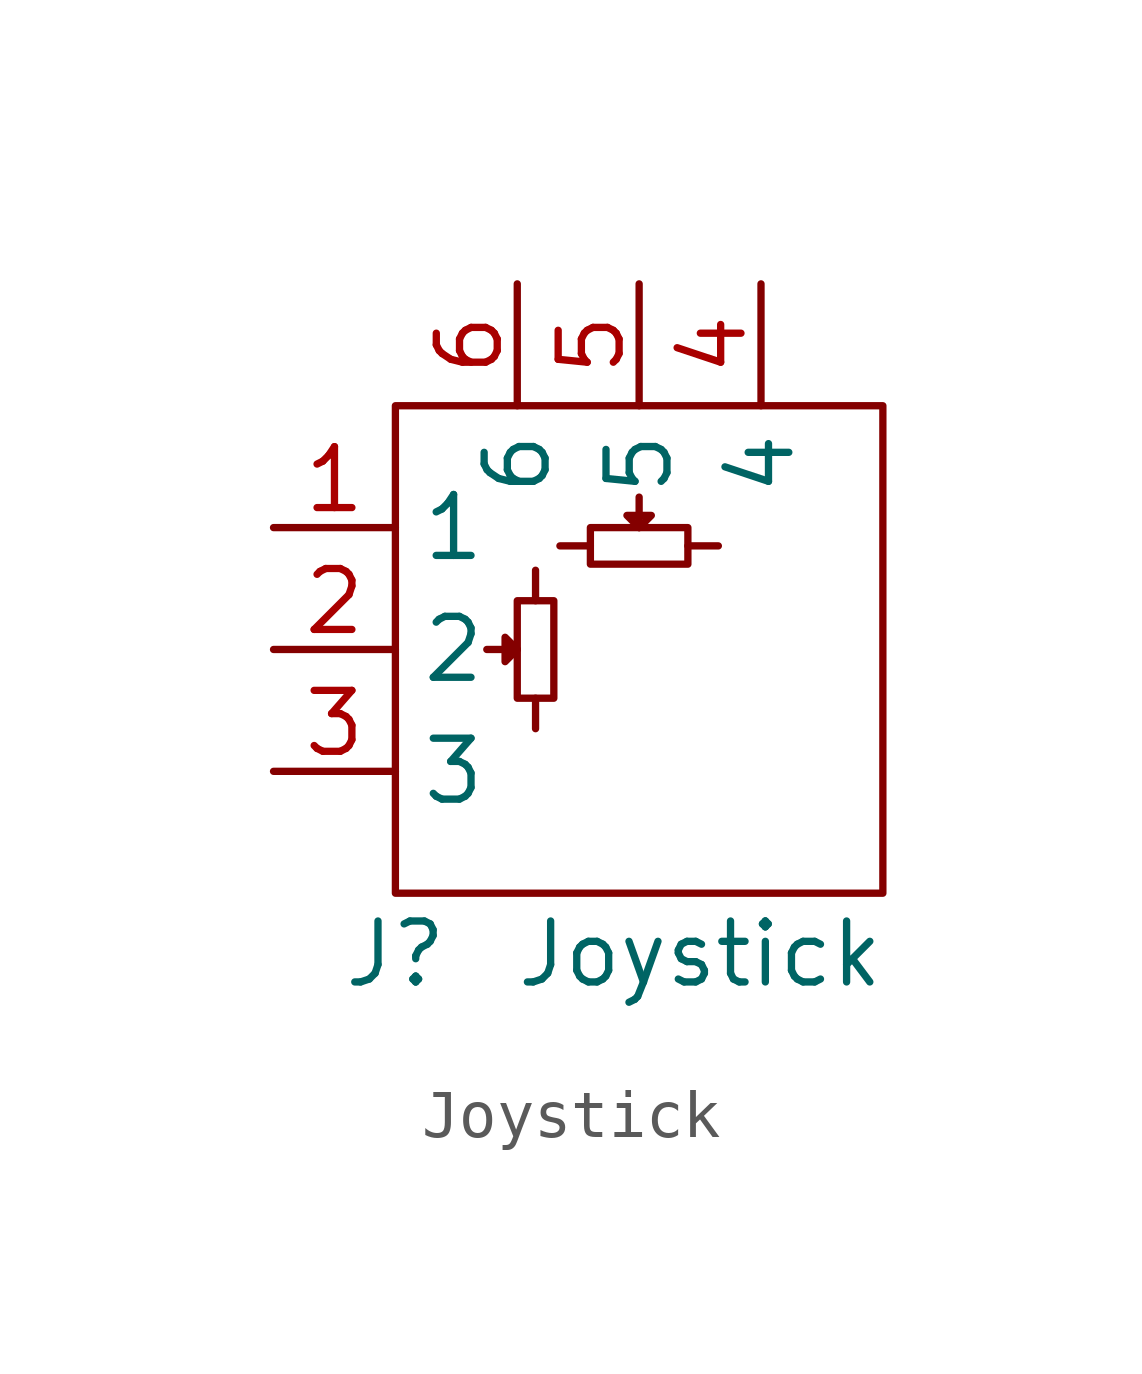
<source format=kicad_sym>
(kicad_symbol_lib
  (version 20220914)
  (generator kicad_symbol_editor)
  (symbol "Joystick"
    (property "Reference" "J"
      (at 0 -11.43 0)
      (effects (font (size 1.27 1.27))))
    (property "Value" "Joystick"
      (at 6.35 -11.43 0)
      (effects (font (size 1.27 1.27))))
    (symbol "Joystick_0_1"
      (polyline (pts (xy 2.54 -5.08) (xy 1.905 -5.08)) (stroke (width 0) (type default)) (fill (type none)))
      (polyline (pts (xy 2.921 -6.096) (xy 2.921 -6.731)) (stroke (width 0) (type default)) (fill (type none)))
      (polyline (pts (xy 2.921 -4.064) (xy 2.921 -3.429)) (stroke (width 0) (type default)) (fill (type none)))
      (polyline (pts (xy 4.064 -2.921) (xy 3.429 -2.921)) (stroke (width 0) (type default)) (fill (type none)))
      (polyline (pts (xy 5.08 -2.54) (xy 5.08 -1.905)) (stroke (width 0) (type default)) (fill (type none)))
      (polyline (pts (xy 6.096 -2.921) (xy 6.731 -2.921)) (stroke (width 0) (type default)) (fill (type none)))
      (polyline (pts (xy 2.54 -5.08) (xy 2.286 -5.334) (xy 2.286 -4.826) (xy 2.54 -5.08)) (stroke (width 0) (type default)) (fill (type none)))
      (polyline (pts (xy 5.08 -2.54) (xy 4.826 -2.286) (xy 5.334 -2.286) (xy 5.08 -2.54)) (stroke (width 0) (type default)) (fill (type none)))
      (rectangle (start 0 0) (end 10.16 -10.16) (stroke (width 0) (type default)) (fill (type none)))
      (rectangle (start 2.54 -6.096) (end 3.302 -4.064) (stroke (width 0) (type default)) (fill (type none)))
      (rectangle (start 4.064 -2.54) (end 6.096 -3.302) (stroke (width 0) (type default)) (fill (type none))))
    (symbol "Joystick_1_1"
      (pin bidirectional line (at -2.54 -2.54 0) (length 2.54) (name "1" (effects (font (size 1.27 1.27)))) (number "1" (effects (font (size 1.27 1.27)))))
      (pin bidirectional line (at -2.54 -5.08 0) (length 2.54) (name "2" (effects (font (size 1.27 1.27)))) (number "2" (effects (font (size 1.27 1.27)))))
      (pin bidirectional line (at -2.54 -7.62 0) (length 2.54) (name "3" (effects (font (size 1.27 1.27)))) (number "3" (effects (font (size 1.27 1.27)))))
      (pin bidirectional line (at 7.62 2.54 270) (length 2.54) (name "4" (effects (font (size 1.27 1.27)))) (number "4" (effects (font (size 1.27 1.27)))))
      (pin bidirectional line (at 5.08 2.54 270) (length 2.54) (name "5" (effects (font (size 1.27 1.27)))) (number "5" (effects (font (size 1.27 1.27)))))
      (pin bidirectional line (at 2.54 2.54 270) (length 2.54) (name "6" (effects (font (size 1.27 1.27)))) (number "6" (effects (font (size 1.27 1.27))))))))
</source>
